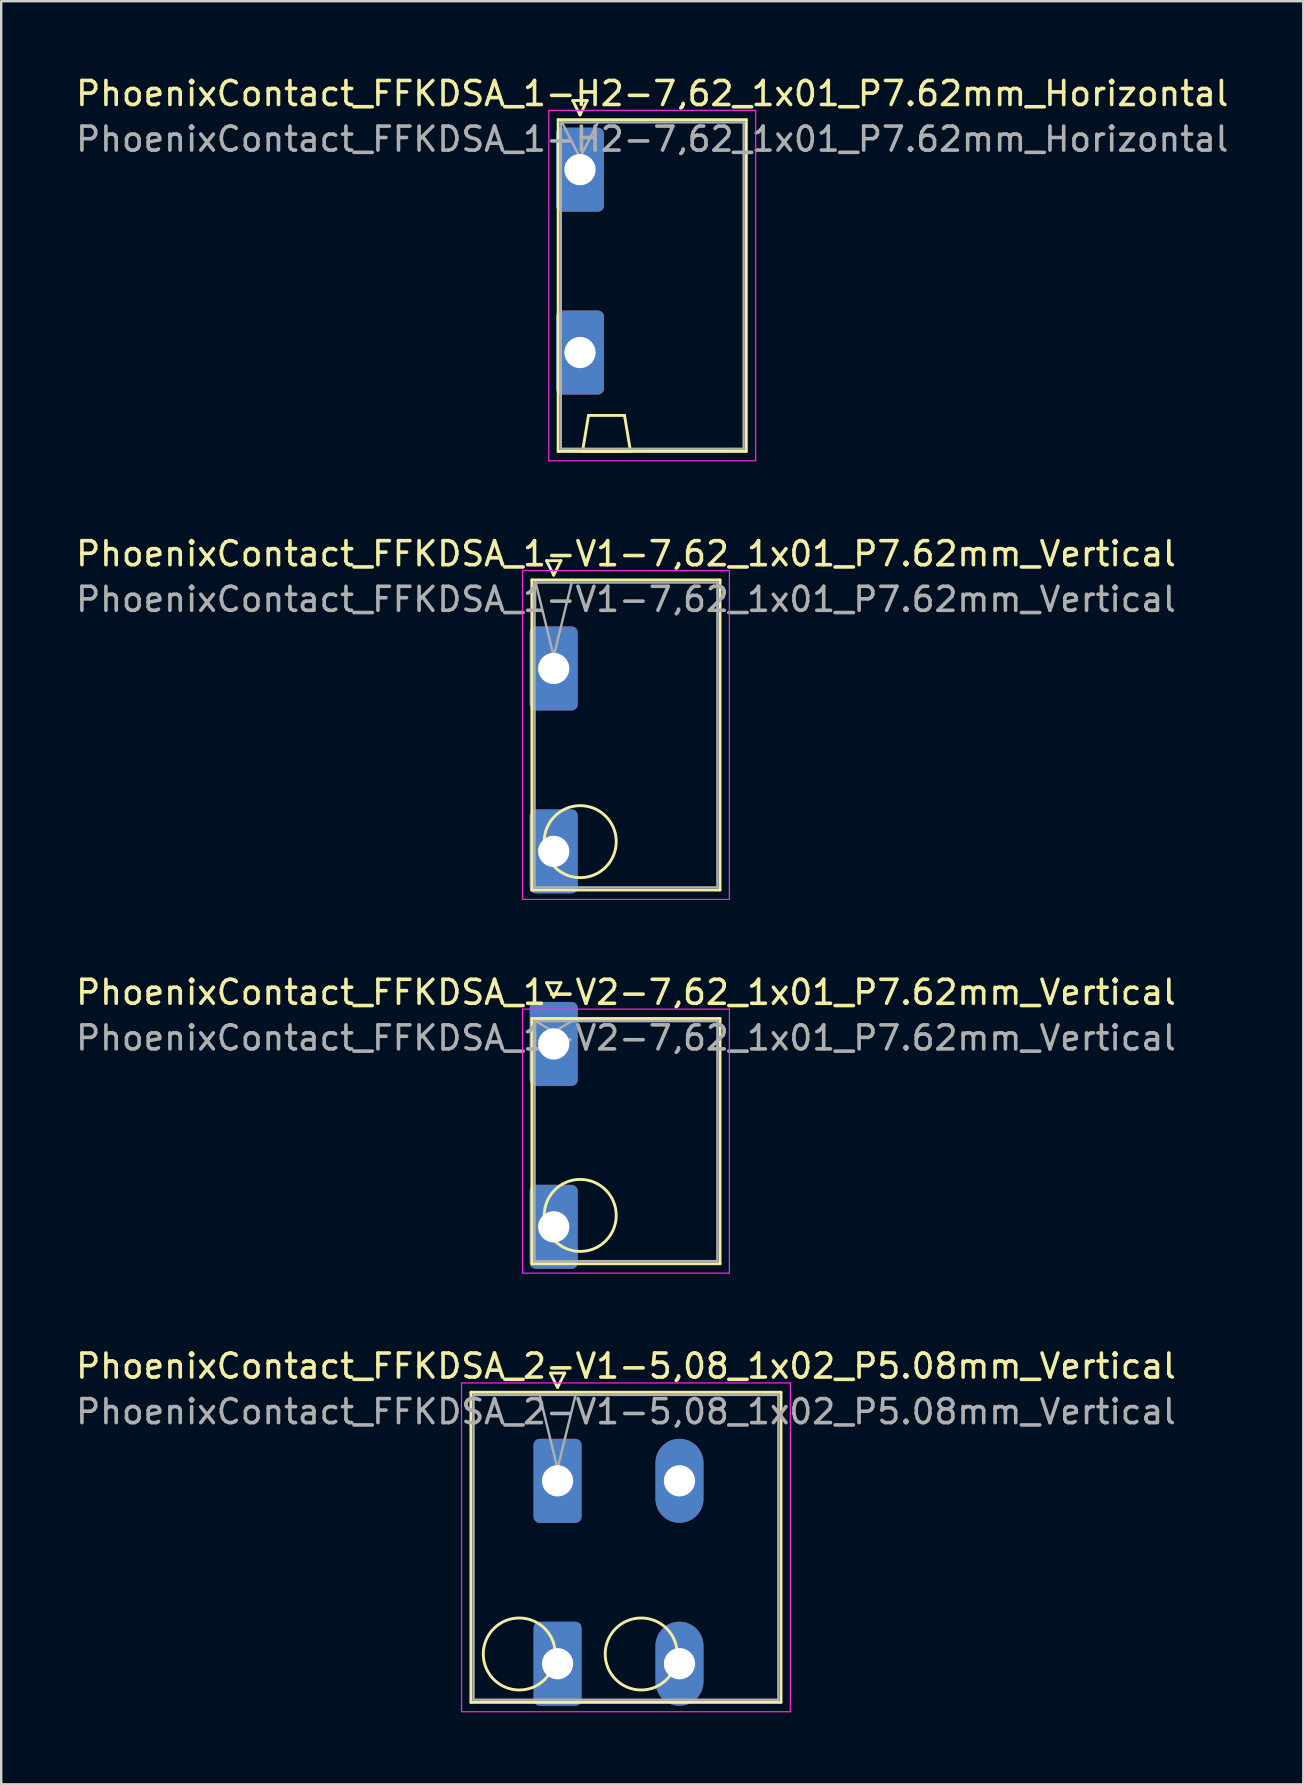
<source format=kicad_pcb>
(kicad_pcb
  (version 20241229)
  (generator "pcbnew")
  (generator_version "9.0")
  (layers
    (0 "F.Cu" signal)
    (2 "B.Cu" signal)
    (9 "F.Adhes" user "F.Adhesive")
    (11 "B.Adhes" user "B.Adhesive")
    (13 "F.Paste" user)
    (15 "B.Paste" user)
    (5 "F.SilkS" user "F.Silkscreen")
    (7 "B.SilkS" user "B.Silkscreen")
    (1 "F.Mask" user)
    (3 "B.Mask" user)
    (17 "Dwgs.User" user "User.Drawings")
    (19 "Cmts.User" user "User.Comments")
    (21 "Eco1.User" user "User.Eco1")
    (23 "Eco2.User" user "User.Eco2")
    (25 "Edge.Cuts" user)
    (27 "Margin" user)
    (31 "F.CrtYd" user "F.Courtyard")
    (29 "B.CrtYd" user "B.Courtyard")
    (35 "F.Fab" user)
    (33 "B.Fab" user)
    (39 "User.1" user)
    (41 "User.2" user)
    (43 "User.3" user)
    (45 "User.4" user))
  (footprint "PhoenixContact_FFKDSA_1-V2-7,62_1x01_P7.62mm_Vertical"
    (layer "F.Cu")
    (at 20.02 40.445)
    (property "Reference" "PhoenixContact_FFKDSA_1-V2-7,62_1x01_P7.62mm_Vertical" (at 3.01 -2.15 0) (layer "F.SilkS") (effects (font (size 1 1) (thickness 0.15))))
    (attr through_hole)
    (fp_line (start -0.91 -1.06) (end -0.91 9.16) (stroke (width 0.12) (type solid)) (layer "F.SilkS"))
    (fp_line (start -0.91 9.16) (end 6.93 9.16) (stroke (width 0.12) (type solid)) (layer "F.SilkS"))
    (fp_line (start -0.3 -2.55) (end 0.3 -2.55) (stroke (width 0.12) (type solid)) (layer "F.SilkS"))
    (fp_line (start 0 -1.95) (end -0.3 -2.55) (stroke (width 0.12) (type solid)) (layer "F.SilkS"))
    (fp_line (start 0.3 -2.55) (end 0 -1.95) (stroke (width 0.12) (type solid)) (layer "F.SilkS"))
    (fp_line (start 6.93 -1.06) (end -0.91 -1.06) (stroke (width 0.12) (type solid)) (layer "F.SilkS"))
    (fp_line (start 6.93 9.16) (end 6.93 -1.06) (stroke (width 0.12) (type solid)) (layer "F.SilkS"))
    (fp_circle (center 1.105 7.145) (end 2.605 7.145) (stroke (width 0.12) (type solid)) (fill no) (layer "F.SilkS"))
    (fp_line (start -1.3 -1.45) (end -1.3 9.55) (stroke (width 0.05) (type solid)) (layer "F.CrtYd"))
    (fp_line (start -1.3 9.55) (end 7.32 9.55) (stroke (width 0.05) (type solid)) (layer "F.CrtYd"))
    (fp_line (start 7.32 -1.45) (end -1.3 -1.45) (stroke (width 0.05) (type solid)) (layer "F.CrtYd"))
    (fp_line (start 7.32 9.55) (end 7.32 -1.45) (stroke (width 0.05) (type solid)) (layer "F.CrtYd"))
    (fp_line (start -0.8 -0.95) (end -0.8 9.05) (stroke (width 0.1) (type solid)) (layer "F.Fab"))
    (fp_line (start -0.8 9.05) (end 6.82 9.05) (stroke (width 0.1) (type solid)) (layer "F.Fab"))
    (fp_line (start 0 -0.5) (end -0.75 -0.95) (stroke (width 0.1) (type solid)) (layer "F.Fab"))
    (fp_line (start 0.75 -0.95) (end 0 -0.5) (stroke (width 0.1) (type solid)) (layer "F.Fab"))
    (fp_line (start 6.82 -0.95) (end -0.8 -0.95) (stroke (width 0.1) (type solid)) (layer "F.Fab"))
    (fp_line (start 6.82 9.05) (end 6.82 -0.95) (stroke (width 0.1) (type solid)) (layer "F.Fab"))
    (fp_text user "${REFERENCE}" (at 3.01 -0.25 0) (layer "F.Fab") (effects (font (size 1 1) (thickness 0.15))))
    (pad "1" thru_hole roundrect (at 0 0) (size 2 3.5) (drill 1.3) (layers "*.Cu" "*.Mask") (roundrect_rratio 0.125))
    (pad "1" thru_hole roundrect (at 0 7.62) (size 2 3.5) (drill 1.3) (layers "*.Cu" "*.Mask") (roundrect_rratio 0.125)))
  (footprint "PhoenixContact_FFKDSA_2-V1-5,08_1x02_P5.08mm_Vertical"
    (layer "F.Cu")
    (at 20.18 58.648)
    (property "Reference" "PhoenixContact_FFKDSA_2-V1-5,08_1x02_P5.08mm_Vertical" (at 2.85 -4.78 0) (layer "F.SilkS") (effects (font (size 1 1) (thickness 0.15))))
    (attr through_hole)
    (fp_line (start -3.61 -3.69) (end -3.61 9.23) (stroke (width 0.12) (type solid)) (layer "F.SilkS"))
    (fp_line (start -3.61 9.23) (end 9.31 9.23) (stroke (width 0.12) (type solid)) (layer "F.SilkS"))
    (fp_line (start -0.3 -4.49) (end 0.3 -4.49) (stroke (width 0.12) (type solid)) (layer "F.SilkS"))
    (fp_line (start 0 -3.89) (end -0.3 -4.49) (stroke (width 0.12) (type solid)) (layer "F.SilkS"))
    (fp_line (start 0.3 -4.49) (end 0 -3.89) (stroke (width 0.12) (type solid)) (layer "F.SilkS"))
    (fp_line (start 9.31 -3.69) (end -3.61 -3.69) (stroke (width 0.12) (type solid)) (layer "F.SilkS"))
    (fp_line (start 9.31 9.23) (end 9.31 -3.69) (stroke (width 0.12) (type solid)) (layer "F.SilkS"))
    (fp_circle (center -1.595 7.215) (end -0.095 7.215) (stroke (width 0.12) (type solid)) (fill no) (layer "F.SilkS"))
    (fp_circle (center 3.485 7.215) (end 4.985 7.215) (stroke (width 0.12) (type solid)) (fill no) (layer "F.SilkS"))
    (fp_line (start -4 -4.08) (end -4 9.62) (stroke (width 0.05) (type solid)) (layer "F.CrtYd"))
    (fp_line (start -4 9.62) (end 9.7 9.62) (stroke (width 0.05) (type solid)) (layer "F.CrtYd"))
    (fp_line (start 9.7 -4.08) (end -4 -4.08) (stroke (width 0.05) (type solid)) (layer "F.CrtYd"))
    (fp_line (start 9.7 9.62) (end 9.7 -4.08) (stroke (width 0.05) (type solid)) (layer "F.CrtYd"))
    (fp_line (start -3.5 -3.58) (end -3.5 9.12) (stroke (width 0.1) (type solid)) (layer "F.Fab"))
    (fp_line (start -3.5 9.12) (end 9.2 9.12) (stroke (width 0.1) (type solid)) (layer "F.Fab"))
    (fp_line (start 0 -0.5) (end -0.75 -3.58) (stroke (width 0.1) (type solid)) (layer "F.Fab"))
    (fp_line (start 0.75 -3.58) (end 0 -0.5) (stroke (width 0.1) (type solid)) (layer "F.Fab"))
    (fp_line (start 9.2 -3.58) (end -3.5 -3.58) (stroke (width 0.1) (type solid)) (layer "F.Fab"))
    (fp_line (start 9.2 9.12) (end 9.2 -3.58) (stroke (width 0.1) (type solid)) (layer "F.Fab"))
    (fp_text user "${REFERENCE}" (at 2.85 -2.88 0) (layer "F.Fab") (effects (font (size 1 1) (thickness 0.15))))
    (pad "1" thru_hole roundrect (at 0 0) (size 2 3.5) (drill 1.3) (layers "*.Cu" "*.Mask") (roundrect_rratio 0.125))
    (pad "1" thru_hole roundrect (at 0 7.62) (size 2 3.5) (drill 1.3) (layers "*.Cu" "*.Mask") (roundrect_rratio 0.125))
    (pad "2" thru_hole oval (at 5.08 0) (size 2 3.5) (drill 1.3) (layers "*.Cu" "*.Mask"))
    (pad "2" thru_hole oval (at 5.08 7.62) (size 2 3.5) (drill 1.3) (layers "*.Cu" "*.Mask")))
  (footprint "PhoenixContact_FFKDSA_1-V1-7,62_1x01_P7.62mm_Vertical"
    (layer "F.Cu")
    (at 20.02 24.802)
    (property "Reference" "PhoenixContact_FFKDSA_1-V1-7,62_1x01_P7.62mm_Vertical" (at 3.01 -4.78 0) (layer "F.SilkS") (effects (font (size 1 1) (thickness 0.15))))
    (attr through_hole)
    (fp_line (start -0.91 -3.69) (end -0.91 9.23) (stroke (width 0.12) (type solid)) (layer "F.SilkS"))
    (fp_line (start -0.91 9.23) (end 6.93 9.23) (stroke (width 0.12) (type solid)) (layer "F.SilkS"))
    (fp_line (start -0.3 -4.49) (end 0.3 -4.49) (stroke (width 0.12) (type solid)) (layer "F.SilkS"))
    (fp_line (start 0 -3.89) (end -0.3 -4.49) (stroke (width 0.12) (type solid)) (layer "F.SilkS"))
    (fp_line (start 0.3 -4.49) (end 0 -3.89) (stroke (width 0.12) (type solid)) (layer "F.SilkS"))
    (fp_line (start 6.93 -3.69) (end -0.91 -3.69) (stroke (width 0.12) (type solid)) (layer "F.SilkS"))
    (fp_line (start 6.93 9.23) (end 6.93 -3.69) (stroke (width 0.12) (type solid)) (layer "F.SilkS"))
    (fp_circle (center 1.105 7.215) (end 2.605 7.215) (stroke (width 0.12) (type solid)) (fill no) (layer "F.SilkS"))
    (fp_line (start -1.3 -4.08) (end -1.3 9.62) (stroke (width 0.05) (type solid)) (layer "F.CrtYd"))
    (fp_line (start -1.3 9.62) (end 7.32 9.62) (stroke (width 0.05) (type solid)) (layer "F.CrtYd"))
    (fp_line (start 7.32 -4.08) (end -1.3 -4.08) (stroke (width 0.05) (type solid)) (layer "F.CrtYd"))
    (fp_line (start 7.32 9.62) (end 7.32 -4.08) (stroke (width 0.05) (type solid)) (layer "F.CrtYd"))
    (fp_line (start -0.8 -3.58) (end -0.8 9.12) (stroke (width 0.1) (type solid)) (layer "F.Fab"))
    (fp_line (start -0.8 9.12) (end 6.82 9.12) (stroke (width 0.1) (type solid)) (layer "F.Fab"))
    (fp_line (start 0 -0.5) (end -0.75 -3.58) (stroke (width 0.1) (type solid)) (layer "F.Fab"))
    (fp_line (start 0.75 -3.58) (end 0 -0.5) (stroke (width 0.1) (type solid)) (layer "F.Fab"))
    (fp_line (start 6.82 -3.58) (end -0.8 -3.58) (stroke (width 0.1) (type solid)) (layer "F.Fab"))
    (fp_line (start 6.82 9.12) (end 6.82 -3.58) (stroke (width 0.1) (type solid)) (layer "F.Fab"))
    (fp_text user "${REFERENCE}" (at 3.01 -2.88 0) (layer "F.Fab") (effects (font (size 1 1) (thickness 0.15))))
    (pad "1" thru_hole roundrect (at 0 0) (size 2 3.5) (drill 1.3) (layers "*.Cu" "*.Mask") (roundrect_rratio 0.125))
    (pad "1" thru_hole roundrect (at 0 7.62) (size 2 3.5) (drill 1.3) (layers "*.Cu" "*.Mask") (roundrect_rratio 0.125)))
  (footprint "PhoenixContact_FFKDSA_1-H2-7,62_1x01_P7.62mm_Horizontal"
    (layer "F.Cu")
    (at 21.115 4.018)
    (property "Reference" "PhoenixContact_FFKDSA_1-H2-7,62_1x01_P7.62mm_Horizontal" (at 3.01 -3.17 0) (layer "F.SilkS") (effects (font (size 1 1) (thickness 0.15))))
    (attr through_hole)
    (fp_line (start -0.91 -2.08) (end -0.91 11.74) (stroke (width 0.12) (type solid)) (layer "F.SilkS"))
    (fp_line (start -0.91 11.74) (end 6.93 11.74) (stroke (width 0.12) (type solid)) (layer "F.SilkS"))
    (fp_line (start -0.3 -2.88) (end 0.3 -2.88) (stroke (width 0.12) (type solid)) (layer "F.SilkS"))
    (fp_line (start 0 -2.28) (end -0.3 -2.88) (stroke (width 0.12) (type solid)) (layer "F.SilkS"))
    (fp_line (start 0.105 11.74) (end 2.105 11.74) (stroke (width 0.12) (type solid)) (layer "F.SilkS"))
    (fp_line (start 0.3 -2.88) (end 0 -2.28) (stroke (width 0.12) (type solid)) (layer "F.SilkS"))
    (fp_line (start 0.355 10.24) (end 0.105 11.74) (stroke (width 0.12) (type solid)) (layer "F.SilkS"))
    (fp_line (start 1.855 10.24) (end 0.355 10.24) (stroke (width 0.12) (type solid)) (layer "F.SilkS"))
    (fp_line (start 2.105 11.74) (end 1.855 10.24) (stroke (width 0.12) (type solid)) (layer "F.SilkS"))
    (fp_line (start 6.93 -2.08) (end -0.91 -2.08) (stroke (width 0.12) (type solid)) (layer "F.SilkS"))
    (fp_line (start 6.93 11.74) (end 6.93 -2.08) (stroke (width 0.12) (type solid)) (layer "F.SilkS"))
    (fp_line (start -1.3 -2.47) (end -1.3 12.13) (stroke (width 0.05) (type solid)) (layer "F.CrtYd"))
    (fp_line (start -1.3 12.13) (end 7.32 12.13) (stroke (width 0.05) (type solid)) (layer "F.CrtYd"))
    (fp_line (start 7.32 -2.47) (end -1.3 -2.47) (stroke (width 0.05) (type solid)) (layer "F.CrtYd"))
    (fp_line (start 7.32 12.13) (end 7.32 -2.47) (stroke (width 0.05) (type solid)) (layer "F.CrtYd"))
    (fp_line (start -0.8 -1.97) (end -0.8 11.63) (stroke (width 0.1) (type solid)) (layer "F.Fab"))
    (fp_line (start -0.8 11.63) (end 6.82 11.63) (stroke (width 0.1) (type solid)) (layer "F.Fab"))
    (fp_line (start 0 -0.5) (end -0.75 -1.97) (stroke (width 0.1) (type solid)) (layer "F.Fab"))
    (fp_line (start 0.75 -1.97) (end 0 -0.5) (stroke (width 0.1) (type solid)) (layer "F.Fab"))
    (fp_line (start 6.82 -1.97) (end -0.8 -1.97) (stroke (width 0.1) (type solid)) (layer "F.Fab"))
    (fp_line (start 6.82 11.63) (end 6.82 -1.97) (stroke (width 0.1) (type solid)) (layer "F.Fab"))
    (fp_text user "${REFERENCE}" (at 3.01 -1.27 0) (layer "F.Fab") (effects (font (size 1 1) (thickness 0.15))))
    (pad "1" thru_hole roundrect (at 0 0) (size 2 3.5) (drill 1.3) (layers "*.Cu" "*.Mask") (roundrect_rratio 0.125))
    (pad "1" thru_hole roundrect (at 0 7.62) (size 2 3.5) (drill 1.3) (layers "*.Cu" "*.Mask") (roundrect_rratio 0.125)))
  (gr_rect
    (start -3 -3)
    (end 51.25 71.293)
    (stroke (width 0.1) (type default))
    (fill no)
    (layer "Edge.Cuts")))
</source>
